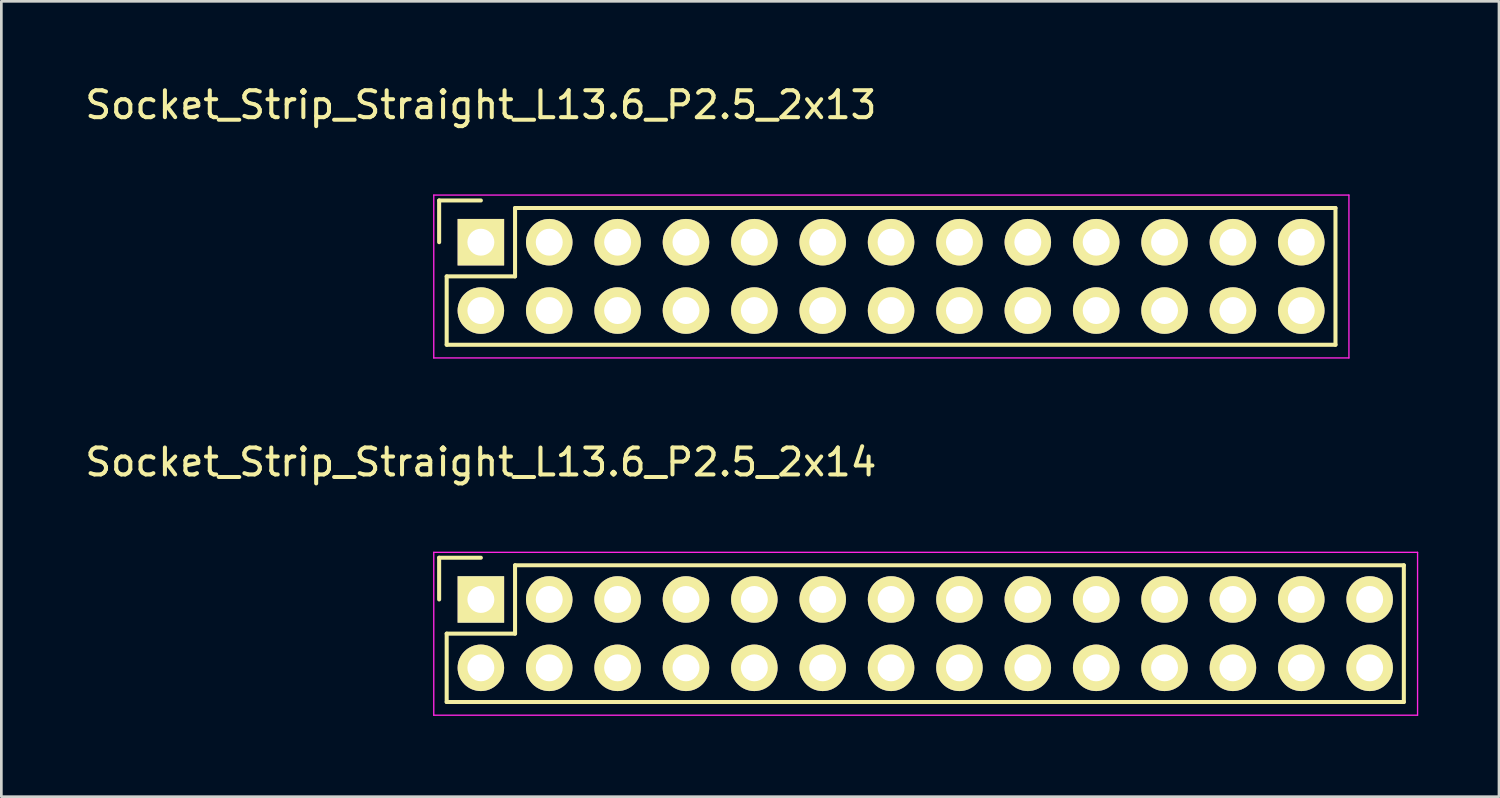
<source format=kicad_pcb>
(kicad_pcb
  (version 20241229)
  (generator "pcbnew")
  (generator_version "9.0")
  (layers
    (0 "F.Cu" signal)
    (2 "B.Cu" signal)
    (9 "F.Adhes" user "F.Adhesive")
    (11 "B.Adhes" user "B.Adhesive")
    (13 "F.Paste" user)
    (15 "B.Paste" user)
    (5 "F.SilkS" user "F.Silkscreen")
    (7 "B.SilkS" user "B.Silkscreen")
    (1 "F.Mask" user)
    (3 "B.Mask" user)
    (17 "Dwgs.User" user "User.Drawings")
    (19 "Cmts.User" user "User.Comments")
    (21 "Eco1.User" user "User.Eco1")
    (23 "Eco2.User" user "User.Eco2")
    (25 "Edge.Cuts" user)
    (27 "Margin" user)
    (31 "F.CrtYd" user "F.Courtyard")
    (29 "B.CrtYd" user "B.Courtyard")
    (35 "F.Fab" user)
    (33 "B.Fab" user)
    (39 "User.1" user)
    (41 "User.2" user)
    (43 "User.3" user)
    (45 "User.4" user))
  (footprint "Socket_Strip_Straight_L13.6_P2.5_2x13"
    (layer "F.Cu")
    (at 14.815 5.948)
    (property "Reference" "Socket_Strip_Straight_L13.6_P2.5_2x13" (at 0 -5.1 0) (layer "F.SilkS") (effects (font (size 1 1) (thickness 0.15))))
    (attr through_hole)
    (fp_line (start -1.55 -1.55) (end -1.55 0) (stroke (width 0.15) (type solid)) (layer "F.SilkS"))
    (fp_line (start -1.27 1.27) (end 1.27 1.27) (stroke (width 0.15) (type solid)) (layer "F.SilkS"))
    (fp_line (start -1.27 3.81) (end -1.27 1.27) (stroke (width 0.15) (type solid)) (layer "F.SilkS"))
    (fp_line (start -1.27 3.81) (end 31.75 3.81) (stroke (width 0.15) (type solid)) (layer "F.SilkS"))
    (fp_line (start 0 -1.55) (end -1.55 -1.55) (stroke (width 0.15) (type solid)) (layer "F.SilkS"))
    (fp_line (start 1.27 -1.27) (end 31.75 -1.27) (stroke (width 0.15) (type solid)) (layer "F.SilkS"))
    (fp_line (start 1.27 1.27) (end 1.27 -1.27) (stroke (width 0.15) (type solid)) (layer "F.SilkS"))
    (fp_line (start 31.75 3.81) (end 31.75 -1.27) (stroke (width 0.15) (type solid)) (layer "F.SilkS"))
    (fp_line (start -1.75 -1.75) (end -1.75 4.3) (stroke (width 0.05) (type solid)) (layer "F.CrtYd"))
    (fp_line (start -1.75 -1.75) (end 32.25 -1.75) (stroke (width 0.05) (type solid)) (layer "F.CrtYd"))
    (fp_line (start -1.75 4.3) (end 32.25 4.3) (stroke (width 0.05) (type solid)) (layer "F.CrtYd"))
    (fp_line (start 32.25 -1.75) (end 32.25 4.3) (stroke (width 0.05) (type solid)) (layer "F.CrtYd"))
    (pad "1" thru_hole rect (at 0 0) (size 1.727 1.727) (drill 1) (layers "*.Cu" "*.Mask" "F.SilkS"))
    (pad "2" thru_hole oval (at 0 2.54) (size 1.727 1.727) (drill 1) (layers "*.Cu" "*.Mask" "F.SilkS"))
    (pad "3" thru_hole oval (at 2.54 0) (size 1.727 1.727) (drill 1) (layers "*.Cu" "*.Mask" "F.SilkS"))
    (pad "4" thru_hole oval (at 2.54 2.54) (size 1.727 1.727) (drill 1) (layers "*.Cu" "*.Mask" "F.SilkS"))
    (pad "5" thru_hole oval (at 5.08 0) (size 1.727 1.727) (drill 1) (layers "*.Cu" "*.Mask" "F.SilkS"))
    (pad "6" thru_hole oval (at 5.08 2.54) (size 1.727 1.727) (drill 1) (layers "*.Cu" "*.Mask" "F.SilkS"))
    (pad "7" thru_hole oval (at 7.62 0) (size 1.727 1.727) (drill 1) (layers "*.Cu" "*.Mask" "F.SilkS"))
    (pad "8" thru_hole oval (at 7.62 2.54) (size 1.727 1.727) (drill 1) (layers "*.Cu" "*.Mask" "F.SilkS"))
    (pad "9" thru_hole oval (at 10.16 0) (size 1.727 1.727) (drill 1) (layers "*.Cu" "*.Mask" "F.SilkS"))
    (pad "10" thru_hole oval (at 10.16 2.54) (size 1.727 1.727) (drill 1) (layers "*.Cu" "*.Mask" "F.SilkS"))
    (pad "11" thru_hole oval (at 12.7 0) (size 1.727 1.727) (drill 1) (layers "*.Cu" "*.Mask" "F.SilkS"))
    (pad "12" thru_hole oval (at 12.7 2.54) (size 1.727 1.727) (drill 1) (layers "*.Cu" "*.Mask" "F.SilkS"))
    (pad "13" thru_hole oval (at 15.24 0) (size 1.727 1.727) (drill 1) (layers "*.Cu" "*.Mask" "F.SilkS"))
    (pad "14" thru_hole oval (at 15.24 2.54) (size 1.727 1.727) (drill 1) (layers "*.Cu" "*.Mask" "F.SilkS"))
    (pad "15" thru_hole oval (at 17.78 0) (size 1.727 1.727) (drill 1) (layers "*.Cu" "*.Mask" "F.SilkS"))
    (pad "16" thru_hole oval (at 17.78 2.54) (size 1.727 1.727) (drill 1) (layers "*.Cu" "*.Mask" "F.SilkS"))
    (pad "17" thru_hole oval (at 20.32 0) (size 1.727 1.727) (drill 1) (layers "*.Cu" "*.Mask" "F.SilkS"))
    (pad "18" thru_hole oval (at 20.32 2.54) (size 1.727 1.727) (drill 1) (layers "*.Cu" "*.Mask" "F.SilkS"))
    (pad "19" thru_hole oval (at 22.86 0) (size 1.727 1.727) (drill 1) (layers "*.Cu" "*.Mask" "F.SilkS"))
    (pad "20" thru_hole oval (at 22.86 2.54) (size 1.727 1.727) (drill 1) (layers "*.Cu" "*.Mask" "F.SilkS"))
    (pad "21" thru_hole oval (at 25.4 0) (size 1.727 1.727) (drill 1) (layers "*.Cu" "*.Mask" "F.SilkS"))
    (pad "22" thru_hole oval (at 25.4 2.54) (size 1.727 1.727) (drill 1) (layers "*.Cu" "*.Mask" "F.SilkS"))
    (pad "23" thru_hole oval (at 27.94 0) (size 1.727 1.727) (drill 1) (layers "*.Cu" "*.Mask" "F.SilkS"))
    (pad "24" thru_hole oval (at 27.94 2.54) (size 1.727 1.727) (drill 1) (layers "*.Cu" "*.Mask" "F.SilkS"))
    (pad "25" thru_hole oval (at 30.48 0) (size 1.727 1.727) (drill 1) (layers "*.Cu" "*.Mask" "F.SilkS"))
    (pad "26" thru_hole oval (at 30.48 2.54) (size 1.727 1.727) (drill 1) (layers "*.Cu" "*.Mask" "F.SilkS")))
  (footprint "Socket_Strip_Straight_L13.6_P2.5_2x14"
    (layer "F.Cu")
    (at 14.815 19.221)
    (property "Reference" "Socket_Strip_Straight_L13.6_P2.5_2x14" (at 0 -5.1 0) (layer "F.SilkS") (effects (font (size 1 1) (thickness 0.15))))
    (attr through_hole)
    (fp_line (start -1.55 -1.55) (end -1.55 0) (stroke (width 0.15) (type solid)) (layer "F.SilkS"))
    (fp_line (start -1.27 1.27) (end 1.27 1.27) (stroke (width 0.15) (type solid)) (layer "F.SilkS"))
    (fp_line (start -1.27 3.81) (end -1.27 1.27) (stroke (width 0.15) (type solid)) (layer "F.SilkS"))
    (fp_line (start 0 -1.55) (end -1.55 -1.55) (stroke (width 0.15) (type solid)) (layer "F.SilkS"))
    (fp_line (start 1.27 -1.27) (end 34.29 -1.27) (stroke (width 0.15) (type solid)) (layer "F.SilkS"))
    (fp_line (start 1.27 1.27) (end 1.27 -1.27) (stroke (width 0.15) (type solid)) (layer "F.SilkS"))
    (fp_line (start 34.29 3.81) (end -1.27 3.81) (stroke (width 0.15) (type solid)) (layer "F.SilkS"))
    (fp_line (start 34.29 3.81) (end 34.29 -1.27) (stroke (width 0.15) (type solid)) (layer "F.SilkS"))
    (fp_line (start -1.75 -1.75) (end -1.75 4.3) (stroke (width 0.05) (type solid)) (layer "F.CrtYd"))
    (fp_line (start -1.75 -1.75) (end 34.8 -1.75) (stroke (width 0.05) (type solid)) (layer "F.CrtYd"))
    (fp_line (start -1.75 4.3) (end 34.8 4.3) (stroke (width 0.05) (type solid)) (layer "F.CrtYd"))
    (fp_line (start 34.8 -1.75) (end 34.8 4.3) (stroke (width 0.05) (type solid)) (layer "F.CrtYd"))
    (pad "1" thru_hole rect (at 0 0) (size 1.727 1.727) (drill 1) (layers "*.Cu" "*.Mask" "F.SilkS"))
    (pad "2" thru_hole oval (at 0 2.54) (size 1.727 1.727) (drill 1) (layers "*.Cu" "*.Mask" "F.SilkS"))
    (pad "3" thru_hole oval (at 2.54 0) (size 1.727 1.727) (drill 1) (layers "*.Cu" "*.Mask" "F.SilkS"))
    (pad "4" thru_hole oval (at 2.54 2.54) (size 1.727 1.727) (drill 1) (layers "*.Cu" "*.Mask" "F.SilkS"))
    (pad "5" thru_hole oval (at 5.08 0) (size 1.727 1.727) (drill 1) (layers "*.Cu" "*.Mask" "F.SilkS"))
    (pad "6" thru_hole oval (at 5.08 2.54) (size 1.727 1.727) (drill 1) (layers "*.Cu" "*.Mask" "F.SilkS"))
    (pad "7" thru_hole oval (at 7.62 0) (size 1.727 1.727) (drill 1) (layers "*.Cu" "*.Mask" "F.SilkS"))
    (pad "8" thru_hole oval (at 7.62 2.54) (size 1.727 1.727) (drill 1) (layers "*.Cu" "*.Mask" "F.SilkS"))
    (pad "9" thru_hole oval (at 10.16 0) (size 1.727 1.727) (drill 1) (layers "*.Cu" "*.Mask" "F.SilkS"))
    (pad "10" thru_hole oval (at 10.16 2.54) (size 1.727 1.727) (drill 1) (layers "*.Cu" "*.Mask" "F.SilkS"))
    (pad "11" thru_hole oval (at 12.7 0) (size 1.727 1.727) (drill 1) (layers "*.Cu" "*.Mask" "F.SilkS"))
    (pad "12" thru_hole oval (at 12.7 2.54) (size 1.727 1.727) (drill 1) (layers "*.Cu" "*.Mask" "F.SilkS"))
    (pad "13" thru_hole oval (at 15.24 0) (size 1.727 1.727) (drill 1) (layers "*.Cu" "*.Mask" "F.SilkS"))
    (pad "14" thru_hole oval (at 15.24 2.54) (size 1.727 1.727) (drill 1) (layers "*.Cu" "*.Mask" "F.SilkS"))
    (pad "15" thru_hole oval (at 17.78 0) (size 1.727 1.727) (drill 1) (layers "*.Cu" "*.Mask" "F.SilkS"))
    (pad "16" thru_hole oval (at 17.78 2.54) (size 1.727 1.727) (drill 1) (layers "*.Cu" "*.Mask" "F.SilkS"))
    (pad "17" thru_hole oval (at 20.32 0) (size 1.727 1.727) (drill 1) (layers "*.Cu" "*.Mask" "F.SilkS"))
    (pad "18" thru_hole oval (at 20.32 2.54) (size 1.727 1.727) (drill 1) (layers "*.Cu" "*.Mask" "F.SilkS"))
    (pad "19" thru_hole oval (at 22.86 0) (size 1.727 1.727) (drill 1) (layers "*.Cu" "*.Mask" "F.SilkS"))
    (pad "20" thru_hole oval (at 22.86 2.54) (size 1.727 1.727) (drill 1) (layers "*.Cu" "*.Mask" "F.SilkS"))
    (pad "21" thru_hole oval (at 25.4 0) (size 1.727 1.727) (drill 1) (layers "*.Cu" "*.Mask" "F.SilkS"))
    (pad "22" thru_hole oval (at 25.4 2.54) (size 1.727 1.727) (drill 1) (layers "*.Cu" "*.Mask" "F.SilkS"))
    (pad "23" thru_hole oval (at 27.94 0) (size 1.727 1.727) (drill 1) (layers "*.Cu" "*.Mask" "F.SilkS"))
    (pad "24" thru_hole oval (at 27.94 2.54) (size 1.727 1.727) (drill 1) (layers "*.Cu" "*.Mask" "F.SilkS"))
    (pad "25" thru_hole oval (at 30.48 0) (size 1.727 1.727) (drill 1) (layers "*.Cu" "*.Mask" "F.SilkS"))
    (pad "26" thru_hole oval (at 30.48 2.54) (size 1.727 1.727) (drill 1) (layers "*.Cu" "*.Mask" "F.SilkS"))
    (pad "27" thru_hole oval (at 33.02 0) (size 1.727 1.727) (drill 1) (layers "*.Cu" "*.Mask" "F.SilkS"))
    (pad "28" thru_hole oval (at 33.02 2.54) (size 1.727 1.727) (drill 1) (layers "*.Cu" "*.Mask" "F.SilkS")))
  (gr_rect
    (start -3 -3)
    (end 52.64 26.547)
    (stroke (width 0.1) (type default))
    (fill no)
    (layer "Edge.Cuts")))
</source>
